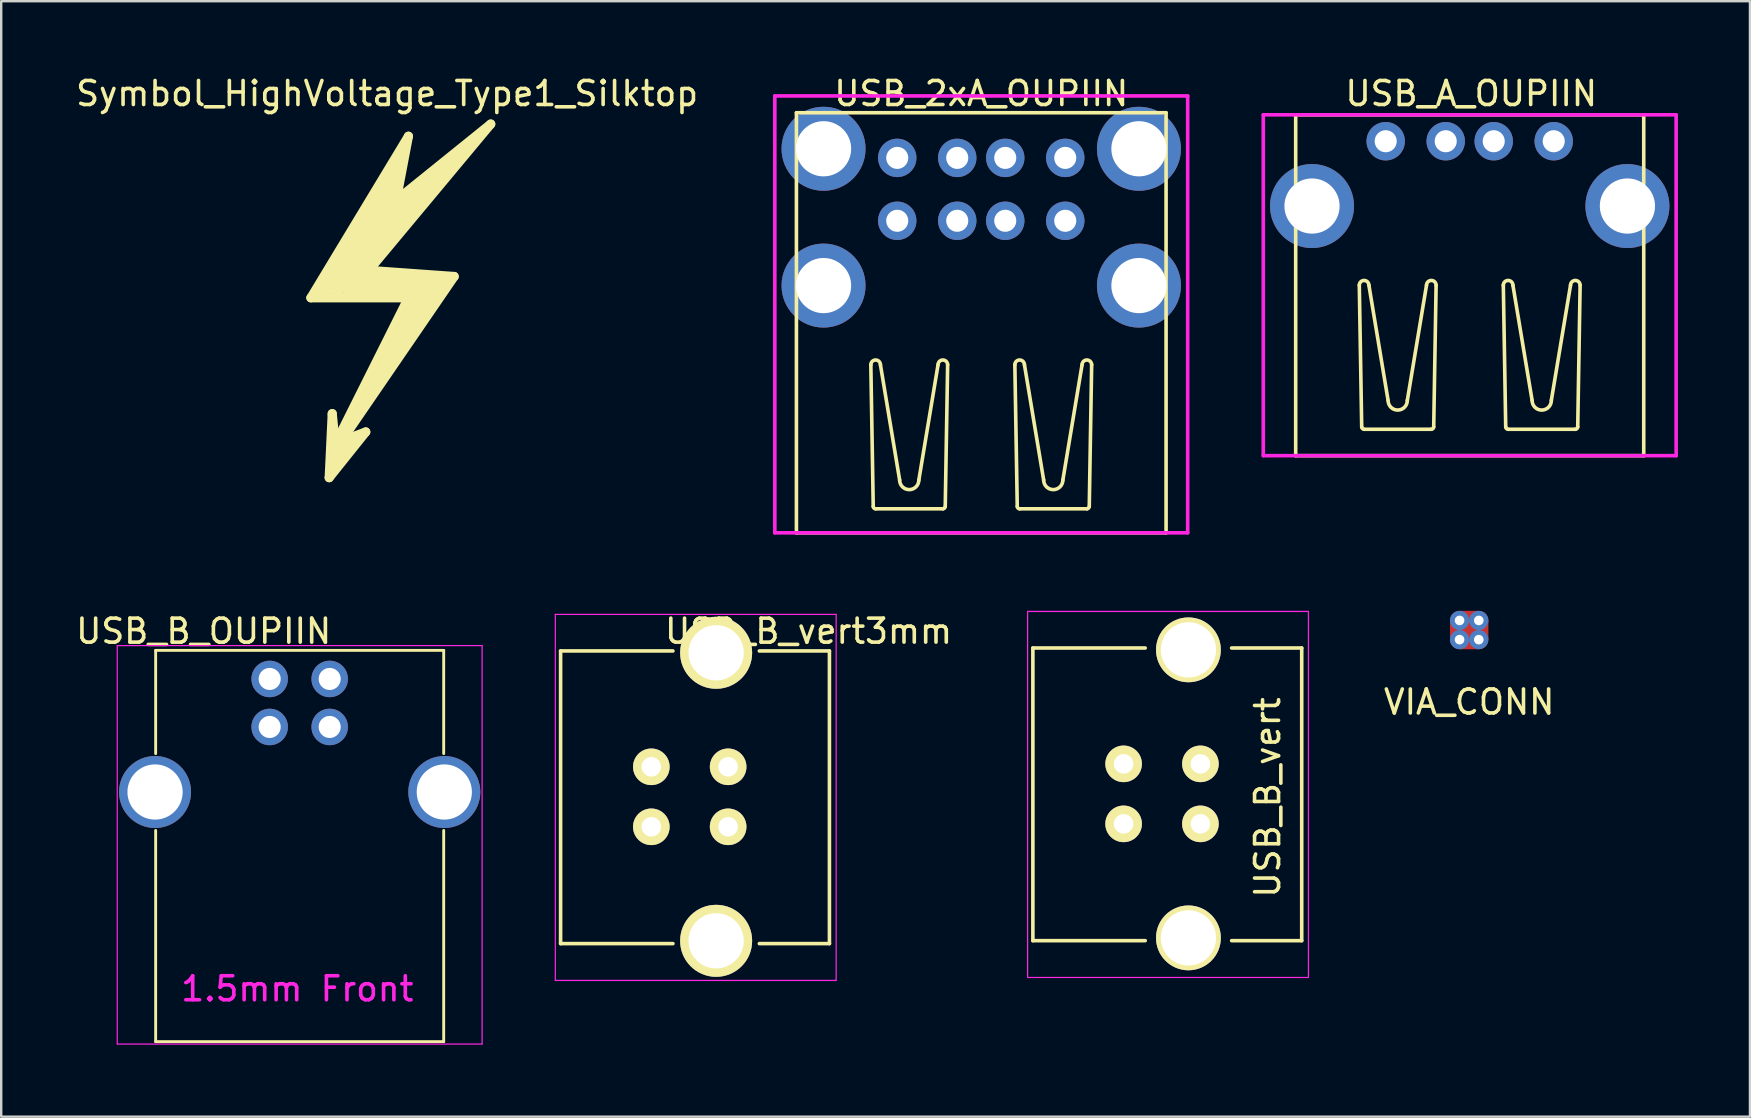
<source format=kicad_pcb>
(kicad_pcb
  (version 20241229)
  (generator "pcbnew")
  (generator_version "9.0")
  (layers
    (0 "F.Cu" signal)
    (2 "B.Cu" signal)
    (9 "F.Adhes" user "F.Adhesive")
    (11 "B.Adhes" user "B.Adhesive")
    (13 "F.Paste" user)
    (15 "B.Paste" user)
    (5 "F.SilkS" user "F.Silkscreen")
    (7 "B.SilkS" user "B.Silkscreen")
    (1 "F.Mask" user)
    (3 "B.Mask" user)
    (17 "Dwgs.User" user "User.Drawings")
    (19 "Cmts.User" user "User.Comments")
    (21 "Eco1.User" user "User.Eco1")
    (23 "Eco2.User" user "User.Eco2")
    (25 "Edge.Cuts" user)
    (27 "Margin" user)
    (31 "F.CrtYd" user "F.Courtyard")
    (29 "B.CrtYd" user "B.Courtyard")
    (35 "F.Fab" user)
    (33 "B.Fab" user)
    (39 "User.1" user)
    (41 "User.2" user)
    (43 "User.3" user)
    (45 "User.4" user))
  (footprint "USB_B_vert"
    (layer "F.Cu")
    (at 43.761 28.773)
    (property "Reference" "USB_B_vert" (at 6 1.4 90) (layer "F.SilkS") (effects (font (size 1 1) (thickness 0.15))))
    (attr through_hole)
    (fp_line (start -3.78 -4.826) (end 0.9 -4.826) (stroke (width 0.15) (type solid)) (layer "F.SilkS"))
    (fp_line (start -3.78 7.366) (end -3.78 -4.826) (stroke (width 0.15) (type solid)) (layer "F.SilkS"))
    (fp_line (start -3.78 7.366) (end 0.9 7.366) (stroke (width 0.15) (type solid)) (layer "F.SilkS"))
    (fp_line (start 4.5 -4.826) (end 7.42 -4.826) (stroke (width 0.15) (type solid)) (layer "F.SilkS"))
    (fp_line (start 4.5 7.366) (end 7.42 7.366) (stroke (width 0.15) (type solid)) (layer "F.SilkS"))
    (fp_line (start 7.42 -4.826) (end 7.42 7.366) (stroke (width 0.15) (type solid)) (layer "F.SilkS"))
    (fp_line (start -4 -6.35) (end 7.7 -6.35) (stroke (width 0.05) (type solid)) (layer "F.CrtYd"))
    (fp_line (start -4 8.9) (end -4 -6.35) (stroke (width 0.05) (type solid)) (layer "F.CrtYd"))
    (fp_line (start 7.7 -6.35) (end 7.7 8.9) (stroke (width 0.05) (type solid)) (layer "F.CrtYd"))
    (fp_line (start 7.7 8.9) (end -4 8.9) (stroke (width 0.05) (type solid)) (layer "F.CrtYd"))
    (pad "1" thru_hole circle (at 0 0 270) (size 1.524 1.524) (drill 0.813) (layers "*.Cu" "*.Mask" "F.SilkS"))
    (pad "2" thru_hole circle (at 0 2.5 270) (size 1.524 1.524) (drill 0.813) (layers "*.Cu" "*.Mask" "F.SilkS"))
    (pad "3" thru_hole circle (at 3.2 2.5 270) (size 1.524 1.524) (drill 0.813) (layers "*.Cu" "*.Mask" "F.SilkS"))
    (pad "4" thru_hole circle (at 3.2 0 270) (size 1.524 1.524) (drill 0.813) (layers "*.Cu" "*.Mask" "F.SilkS"))
    (pad "5" thru_hole circle (at 2.7 -4.75 270) (size 2.7 2.7) (drill 2.301) (layers "*.Cu" "*.Mask" "F.SilkS"))
    (pad "5" thru_hole circle (at 2.7 7.25 270) (size 2.7 2.7) (drill 2.301) (layers "*.Cu" "*.Mask" "F.SilkS")))
  (footprint "VIA_CONN"
    (layer "F.Cu")
    (at 58.158 23.198)
    (property "Reference" "VIA_CONN" (at 0 3 0) (layer "F.SilkS") (effects (font (size 1 1) (thickness 0.15))))
    (attr through_hole)
    (pad "" thru_hole circle (at -0.4 -0.4) (size 0.8 0.8) (drill 0.4) (layers "*.Cu" "*.Mask"))
    (pad "" thru_hole circle (at -0.4 0.4) (size 0.8 0.8) (drill 0.4) (layers "*.Cu" "*.Mask"))
    (pad "" smd rect (at 0 0) (size 0.8 1.6) (layers "F.Cu" "F.Mask" "F.Paste"))
    (pad "" smd rect (at 0 0 90) (size 0.8 1.6) (layers "F.Cu" "F.Mask" "F.Paste"))
    (pad "" thru_hole circle (at 0.4 -0.4) (size 0.8 0.8) (drill 0.4) (layers "*.Cu" "*.Mask"))
    (pad "" thru_hole circle (at 0.4 0.4) (size 0.8 0.8) (drill 0.4) (layers "*.Cu" "*.Mask")))
  (footprint "Symbol_HighVoltage_Type1_Silktop"
    (layer "F.Cu")
    (at 13.077 8.976)
    (property "Reference" "Symbol_HighVoltage_Type1_Silktop" (at 0 -8.128 0) (layer "F.SilkS") (effects (font (size 1 1) (thickness 0.15))))
    (attr through_hole)
    (fp_line (start -3.175 0.381) (end 0.889 0.381) (stroke (width 0.381) (type solid)) (layer "F.SilkS"))
    (fp_line (start -2.794 0.254) (end 0.381 -4.318) (stroke (width 0.381) (type solid)) (layer "F.SilkS"))
    (fp_line (start -2.413 0.127) (end 0.254 -3.556) (stroke (width 0.381) (type solid)) (layer "F.SilkS"))
    (fp_line (start -2.413 7.874) (end -0.889 5.969) (stroke (width 0.381) (type solid)) (layer "F.SilkS"))
    (fp_line (start -2.286 5.207) (end -2.413 7.874) (stroke (width 0.381) (type solid)) (layer "F.SilkS"))
    (fp_line (start -2.286 7.239) (end -1.905 6.35) (stroke (width 0.381) (type solid)) (layer "F.SilkS"))
    (fp_line (start -2.159 6.477) (end -2.286 5.207) (stroke (width 0.381) (type solid)) (layer "F.SilkS"))
    (fp_line (start -2.032 0.127) (end 2.667 -5.207) (stroke (width 0.381) (type solid)) (layer "F.SilkS"))
    (fp_line (start -1.905 6.096) (end -1.778 6.223) (stroke (width 0.381) (type solid)) (layer "F.SilkS"))
    (fp_line (start -1.905 6.35) (end -1.778 5.969) (stroke (width 0.381) (type solid)) (layer "F.SilkS"))
    (fp_line (start -1.905 6.35) (end 2.794 -0.508) (stroke (width 0.381) (type solid)) (layer "F.SilkS"))
    (fp_line (start -1.778 5.969) (end -1.905 6.096) (stroke (width 0.381) (type solid)) (layer "F.SilkS"))
    (fp_line (start -1.651 0.254) (end 2.032 0.127) (stroke (width 0.381) (type solid)) (layer "F.SilkS"))
    (fp_line (start -1.524 6.477) (end -2.286 7.239) (stroke (width 0.381) (type solid)) (layer "F.SilkS"))
    (fp_line (start -1.397 5.461) (end 1.397 0.127) (stroke (width 0.381) (type solid)) (layer "F.SilkS"))
    (fp_line (start -1.143 0) (end 1.905 -0.127) (stroke (width 0.381) (type solid)) (layer "F.SilkS"))
    (fp_line (start -1.016 -1.524) (end 1.524 -4.445) (stroke (width 0.381) (type solid)) (layer "F.SilkS"))
    (fp_line (start -1.016 -1.016) (end -0.762 -0.381) (stroke (width 0.381) (type solid)) (layer "F.SilkS"))
    (fp_line (start -1.016 -0.381) (end -1.143 0) (stroke (width 0.381) (type solid)) (layer "F.SilkS"))
    (fp_line (start -0.889 5.969) (end -1.905 6.35) (stroke (width 0.381) (type solid)) (layer "F.SilkS"))
    (fp_line (start -0.762 -0.762) (end 4.318 -6.858) (stroke (width 0.381) (type solid)) (layer "F.SilkS"))
    (fp_line (start 0.254 -3.556) (end -2.032 0.127) (stroke (width 0.381) (type solid)) (layer "F.SilkS"))
    (fp_line (start 0.381 -4.318) (end -2.413 0.127) (stroke (width 0.381) (type solid)) (layer "F.SilkS"))
    (fp_line (start 0.381 -3.683) (end 0.889 -6.35) (stroke (width 0.381) (type solid)) (layer "F.SilkS"))
    (fp_line (start 0.508 -5.588) (end 0.381 -4.953) (stroke (width 0.381) (type solid)) (layer "F.SilkS"))
    (fp_line (start 0.508 -5.08) (end -2.794 0.254) (stroke (width 0.381) (type solid)) (layer "F.SilkS"))
    (fp_line (start 0.889 -6.35) (end -3.175 0.381) (stroke (width 0.381) (type solid)) (layer "F.SilkS"))
    (fp_line (start 0.889 0.381) (end -2.159 6.477) (stroke (width 0.381) (type solid)) (layer "F.SilkS"))
    (fp_line (start 1.397 0.127) (end 2.032 0.127) (stroke (width 0.381) (type solid)) (layer "F.SilkS"))
    (fp_line (start 1.524 -4.445) (end -1.651 0.254) (stroke (width 0.381) (type solid)) (layer "F.SilkS"))
    (fp_line (start 1.905 -0.127) (end -1.397 5.461) (stroke (width 0.381) (type solid)) (layer "F.SilkS"))
    (fp_line (start 2.032 0.127) (end 0.762 2.159) (stroke (width 0.381) (type solid)) (layer "F.SilkS"))
    (fp_line (start 2.032 0.127) (end 2.413 -0.381) (stroke (width 0.381) (type solid)) (layer "F.SilkS"))
    (fp_line (start 2.413 -0.381) (end -1.016 -0.381) (stroke (width 0.381) (type solid)) (layer "F.SilkS"))
    (fp_line (start 2.667 -5.207) (end -1.016 -1.524) (stroke (width 0.381) (type solid)) (layer "F.SilkS"))
    (fp_line (start 2.794 -0.508) (end -0.762 -0.762) (stroke (width 0.381) (type solid)) (layer "F.SilkS"))
    (fp_line (start 3.048 -5.461) (end 0.127 -3.175) (stroke (width 0.381) (type solid)) (layer "F.SilkS"))
    (fp_line (start 4.318 -6.858) (end 0.381 -3.683) (stroke (width 0.381) (type solid)) (layer "F.SilkS")))
  (footprint "USB_B_OUPIIN"
    (layer "F.Cu")
    (at 9.435 38.846)
    (property "Reference" "USB_B_OUPIIN" (at -4 -15.6 0) (layer "F.SilkS") (effects (font (size 1 1) (thickness 0.15))))
    (attr through_hole)
    (fp_line (start -6 -14.8) (end -6 -10.5) (stroke (width 0.12) (type solid)) (layer "F.SilkS"))
    (fp_line (start -6 -14.8) (end 6 -14.8) (stroke (width 0.12) (type solid)) (layer "F.SilkS"))
    (fp_line (start -6 -7.3) (end -6 1.5) (stroke (width 0.12) (type solid)) (layer "F.SilkS"))
    (fp_line (start 6 -14.8) (end 6 -10.5) (stroke (width 0.12) (type solid)) (layer "F.SilkS"))
    (fp_line (start 6 -7.3) (end 6 1.5) (stroke (width 0.12) (type solid)) (layer "F.SilkS"))
    (fp_line (start 6 1.5) (end -6 1.5) (stroke (width 0.12) (type solid)) (layer "F.SilkS"))
    (fp_line (start -7.6 -15) (end 7.6 -15) (stroke (width 0.05) (type solid)) (layer "F.CrtYd"))
    (fp_line (start -7.6 1.6) (end -7.6 -15) (stroke (width 0.05) (type solid)) (layer "F.CrtYd"))
    (fp_line (start 7.6 -15) (end 7.6 1.6) (stroke (width 0.05) (type solid)) (layer "F.CrtYd"))
    (fp_line (start 7.6 1.6) (end -7.6 1.6) (stroke (width 0.05) (type solid)) (layer "F.CrtYd"))
    (fp_text user "1.5mm Front" (at -0.1 -0.7 0) (layer "F.CrtYd") (effects (font (size 1 1) (thickness 0.15))))
    (pad "1" thru_hole circle (at 1.25 -13.61 180) (size 1.52 1.52) (drill 0.92) (layers "*.Cu" "*.Mask"))
    (pad "2" thru_hole circle (at -1.25 -13.61 180) (size 1.52 1.52) (drill 0.92) (layers "*.Cu" "*.Mask"))
    (pad "3" thru_hole circle (at -1.25 -11.61 180) (size 1.52 1.52) (drill 0.92) (layers "*.Cu" "*.Mask"))
    (pad "4" thru_hole circle (at 1.25 -11.61 180) (size 1.52 1.52) (drill 0.92) (layers "*.Cu" "*.Mask"))
    (pad "5" thru_hole circle (at -6.025 -8.9 180) (size 3 3) (drill 2.3) (layers "*.Cu" "*.Mask"))
    (pad "6" thru_hole circle (at 6.025 -8.9 180) (size 3 3) (drill 2.3) (layers "*.Cu" "*.Mask")))
  (footprint "USB_2xA_OUPIIN"
    (layer "F.Cu")
    (at 37.83 19.148)
    (property "Reference" "USB_2xA_OUPIIN" (at 0 -18.3 0) (layer "F.SilkS") (effects (font (size 1 1) (thickness 0.15))))
    (attr through_hole)
    (fp_line (start -7.7 -17.5) (end 7.7 -17.5) (stroke (width 0.15) (type solid)) (layer "F.SilkS"))
    (fp_line (start -7.7 0) (end -7.7 -17.5) (stroke (width 0.15) (type solid)) (layer "F.SilkS"))
    (fp_line (start -4.5 -1.1) (end -4.6 -7) (stroke (width 0.15) (type solid)) (layer "F.SilkS"))
    (fp_line (start -4.2 -7) (end -3.4 -2.2) (stroke (width 0.15) (type solid)) (layer "F.SilkS"))
    (fp_line (start -2.6 -2.2) (end -1.8 -7) (stroke (width 0.15) (type solid)) (layer "F.SilkS"))
    (fp_line (start -1.6 -1) (end -4.4 -1) (stroke (width 0.15) (type solid)) (layer "F.SilkS"))
    (fp_line (start -1.4 -7) (end -1.5 -1.1) (stroke (width 0.15) (type solid)) (layer "F.SilkS"))
    (fp_line (start 1.5 -1.1) (end 1.4 -7) (stroke (width 0.15) (type solid)) (layer "F.SilkS"))
    (fp_line (start 1.8 -7) (end 2.6 -2.2) (stroke (width 0.15) (type solid)) (layer "F.SilkS"))
    (fp_line (start 3.4 -2.2) (end 4.2 -7) (stroke (width 0.15) (type solid)) (layer "F.SilkS"))
    (fp_line (start 4.4 -1) (end 1.6 -1) (stroke (width 0.15) (type solid)) (layer "F.SilkS"))
    (fp_line (start 4.6 -7) (end 4.5 -1.1) (stroke (width 0.15) (type solid)) (layer "F.SilkS"))
    (fp_line (start 7.7 -17.5) (end 7.7 0) (stroke (width 0.15) (type solid)) (layer "F.SilkS"))
    (fp_line (start 7.7 0) (end -7.7 0) (stroke (width 0.15) (type solid)) (layer "F.SilkS"))
    (fp_arc (start -4.6 -7) (mid -4.4 -7.2) (end -4.2 -7) (stroke (width 0.15) (type solid)) (layer "F.SilkS"))
    (fp_arc (start -4.4 -1) (mid -4.470711 -1.029289) (end -4.5 -1.1) (stroke (width 0.15) (type solid)) (layer "F.SilkS"))
    (fp_arc (start -2.6 -2.2) (mid -3 -1.8) (end -3.4 -2.2) (stroke (width 0.15) (type solid)) (layer "F.SilkS"))
    (fp_arc (start -1.8 -7) (mid -1.6 -7.2) (end -1.4 -7) (stroke (width 0.15) (type solid)) (layer "F.SilkS"))
    (fp_arc (start -1.5 -1.1) (mid -1.529289 -1.029289) (end -1.6 -1) (stroke (width 0.15) (type solid)) (layer "F.SilkS"))
    (fp_arc (start 1.4 -7) (mid 1.6 -7.2) (end 1.8 -7) (stroke (width 0.15) (type solid)) (layer "F.SilkS"))
    (fp_arc (start 1.6 -1) (mid 1.529289 -1.029289) (end 1.5 -1.1) (stroke (width 0.15) (type solid)) (layer "F.SilkS"))
    (fp_arc (start 3.4 -2.2) (mid 3 -1.8) (end 2.6 -2.2) (stroke (width 0.15) (type solid)) (layer "F.SilkS"))
    (fp_arc (start 4.2 -7) (mid 4.4 -7.2) (end 4.6 -7) (stroke (width 0.15) (type solid)) (layer "F.SilkS"))
    (fp_arc (start 4.5 -1.1) (mid 4.470711 -1.029289) (end 4.4 -1) (stroke (width 0.15) (type solid)) (layer "F.SilkS"))
    (fp_line (start -8.6 -18.2) (end -8.6 0) (stroke (width 0.15) (type solid)) (layer "F.CrtYd"))
    (fp_line (start -8.6 0) (end 8.6 0) (stroke (width 0.15) (type solid)) (layer "F.CrtYd"))
    (fp_line (start 8.6 -18.2) (end -8.6 -18.2) (stroke (width 0.15) (type solid)) (layer "F.CrtYd"))
    (fp_line (start 8.6 0) (end 8.6 -18.2) (stroke (width 0.15) (type solid)) (layer "F.CrtYd"))
    (pad "1" thru_hole circle (at -3.5 -13) (size 1.6 1.6) (drill 0.92) (layers "*.Cu" "*.Mask"))
    (pad "2" thru_hole circle (at -1 -13) (size 1.6 1.6) (drill 0.92) (layers "*.Cu" "*.Mask"))
    (pad "3" thru_hole circle (at 1 -13) (size 1.6 1.6) (drill 0.92) (layers "*.Cu" "*.Mask"))
    (pad "4" thru_hole circle (at 3.5 -13) (size 1.6 1.6) (drill 0.92) (layers "*.Cu" "*.Mask"))
    (pad "5" thru_hole circle (at -3.5 -15.62) (size 1.6 1.6) (drill 0.92) (layers "*.Cu" "*.Mask"))
    (pad "6" thru_hole circle (at -1 -15.62) (size 1.6 1.6) (drill 0.92) (layers "*.Cu" "*.Mask"))
    (pad "7" thru_hole circle (at 1 -15.62) (size 1.6 1.6) (drill 0.92) (layers "*.Cu" "*.Mask"))
    (pad "8" thru_hole circle (at 3.5 -15.62) (size 1.6 1.6) (drill 0.92) (layers "*.Cu" "*.Mask"))
    (pad "9" thru_hole circle (at -6.57 -10.3) (size 3.5 3.5) (drill 2.3) (layers "*.Cu" "*.Mask"))
    (pad "10" thru_hole circle (at -6.57 -16) (size 3.5 3.5) (drill 2.3) (layers "*.Cu" "*.Mask"))
    (pad "11" thru_hole circle (at 6.57 -10.3) (size 3.5 3.5) (drill 2.3) (layers "*.Cu" "*.Mask"))
    (pad "12" thru_hole circle (at 6.57 -16) (size 3.5 3.5) (drill 2.3) (layers "*.Cu" "*.Mask")))
  (footprint "USB_A_OUPIIN"
    (layer "F.Cu")
    (at 58.18 15.934)
    (property "Reference" "USB_A_OUPIIN" (at 0.064 -15.086 0) (layer "F.SilkS") (effects (font (size 1 1) (thickness 0.15))))
    (attr through_hole)
    (fp_line (start -7.25 -14.2) (end 7.25 -14.2) (stroke (width 0.15) (type solid)) (layer "F.SilkS"))
    (fp_line (start -7.25 0) (end -7.25 -14.2) (stroke (width 0.15) (type solid)) (layer "F.SilkS"))
    (fp_line (start -4.5 -1.2) (end -4.6 -7.1) (stroke (width 0.15) (type solid)) (layer "F.SilkS"))
    (fp_line (start -4.2 -7.1) (end -3.4 -2.3) (stroke (width 0.15) (type solid)) (layer "F.SilkS"))
    (fp_line (start -2.6 -2.3) (end -1.8 -7.1) (stroke (width 0.15) (type solid)) (layer "F.SilkS"))
    (fp_line (start -1.6 -1.1) (end -4.4 -1.1) (stroke (width 0.15) (type solid)) (layer "F.SilkS"))
    (fp_line (start -1.4 -7.1) (end -1.5 -1.2) (stroke (width 0.15) (type solid)) (layer "F.SilkS"))
    (fp_line (start 1.5 -1.2) (end 1.4 -7.1) (stroke (width 0.15) (type solid)) (layer "F.SilkS"))
    (fp_line (start 1.8 -7.1) (end 2.6 -2.3) (stroke (width 0.15) (type solid)) (layer "F.SilkS"))
    (fp_line (start 3.4 -2.3) (end 4.2 -7.1) (stroke (width 0.15) (type solid)) (layer "F.SilkS"))
    (fp_line (start 4.4 -1.1) (end 1.6 -1.1) (stroke (width 0.15) (type solid)) (layer "F.SilkS"))
    (fp_line (start 4.6 -7.1) (end 4.5 -1.2) (stroke (width 0.15) (type solid)) (layer "F.SilkS"))
    (fp_line (start 7.25 -14.2) (end 7.25 0) (stroke (width 0.15) (type solid)) (layer "F.SilkS"))
    (fp_line (start 7.25 0) (end -7.25 0) (stroke (width 0.15) (type solid)) (layer "F.SilkS"))
    (fp_arc (start -4.6 -7.1) (mid -4.4 -7.3) (end -4.2 -7.1) (stroke (width 0.15) (type solid)) (layer "F.SilkS"))
    (fp_arc (start -4.4 -1.1) (mid -4.470711 -1.129289) (end -4.5 -1.2) (stroke (width 0.15) (type solid)) (layer "F.SilkS"))
    (fp_arc (start -2.6 -2.3) (mid -3 -1.9) (end -3.4 -2.3) (stroke (width 0.15) (type solid)) (layer "F.SilkS"))
    (fp_arc (start -1.8 -7.1) (mid -1.6 -7.3) (end -1.4 -7.1) (stroke (width 0.15) (type solid)) (layer "F.SilkS"))
    (fp_arc (start -1.5 -1.2) (mid -1.529289 -1.129289) (end -1.6 -1.1) (stroke (width 0.15) (type solid)) (layer "F.SilkS"))
    (fp_arc (start 1.4 -7.1) (mid 1.6 -7.3) (end 1.8 -7.1) (stroke (width 0.15) (type solid)) (layer "F.SilkS"))
    (fp_arc (start 1.6 -1.1) (mid 1.529289 -1.129289) (end 1.5 -1.2) (stroke (width 0.15) (type solid)) (layer "F.SilkS"))
    (fp_arc (start 3.4 -2.3) (mid 3 -1.9) (end 2.6 -2.3) (stroke (width 0.15) (type solid)) (layer "F.SilkS"))
    (fp_arc (start 4.2 -7.1) (mid 4.4 -7.3) (end 4.6 -7.1) (stroke (width 0.15) (type solid)) (layer "F.SilkS"))
    (fp_arc (start 4.5 -1.2) (mid 4.470711 -1.129289) (end 4.4 -1.1) (stroke (width 0.15) (type solid)) (layer "F.SilkS"))
    (fp_line (start -8.6 -14.2) (end -8.6 0) (stroke (width 0.15) (type solid)) (layer "F.CrtYd"))
    (fp_line (start -8.6 0) (end 8.6 0) (stroke (width 0.15) (type solid)) (layer "F.CrtYd"))
    (fp_line (start 8.6 -14.2) (end -8.6 -14.2) (stroke (width 0.15) (type solid)) (layer "F.CrtYd"))
    (fp_line (start 8.6 0) (end 8.6 -14.2) (stroke (width 0.15) (type solid)) (layer "F.CrtYd"))
    (pad "1" thru_hole circle (at -3.5 -13.1) (size 1.6 1.6) (drill 0.92) (layers "*.Cu" "*.Mask"))
    (pad "2" thru_hole circle (at -1 -13.1) (size 1.6 1.6) (drill 0.92) (layers "*.Cu" "*.Mask"))
    (pad "3" thru_hole circle (at 1 -13.1) (size 1.6 1.6) (drill 0.92) (layers "*.Cu" "*.Mask"))
    (pad "4" thru_hole circle (at 3.5 -13.1) (size 1.6 1.6) (drill 0.92) (layers "*.Cu" "*.Mask"))
    (pad "9" thru_hole circle (at -6.57 -10.4) (size 3.5 3.5) (drill 2.3) (layers "*.Cu" "*.Mask"))
    (pad "10" thru_hole circle (at 6.57 -10.4) (size 3.5 3.5) (drill 2.3) (layers "*.Cu" "*.Mask")))
  (footprint "USB_B_vert3mm"
    (layer "F.Cu")
    (at 24.085 28.896)
    (property "Reference" "USB_B_vert3mm" (at 6.55 -5.65 180) (layer "F.SilkS") (effects (font (size 1 1) (thickness 0.15))))
    (attr through_hole)
    (fp_line (start -3.78 -4.826) (end 0.9 -4.826) (stroke (width 0.15) (type solid)) (layer "F.SilkS"))
    (fp_line (start -3.78 7.366) (end -3.78 -4.826) (stroke (width 0.15) (type solid)) (layer "F.SilkS"))
    (fp_line (start -3.78 7.366) (end 0.9 7.366) (stroke (width 0.15) (type solid)) (layer "F.SilkS"))
    (fp_line (start 4.5 -4.826) (end 7.42 -4.826) (stroke (width 0.15) (type solid)) (layer "F.SilkS"))
    (fp_line (start 4.5 7.366) (end 7.42 7.366) (stroke (width 0.15) (type solid)) (layer "F.SilkS"))
    (fp_line (start 7.42 -4.826) (end 7.42 7.366) (stroke (width 0.15) (type solid)) (layer "F.SilkS"))
    (fp_line (start -4 -6.35) (end 7.7 -6.35) (stroke (width 0.05) (type solid)) (layer "F.CrtYd"))
    (fp_line (start -4 8.9) (end -4 -6.35) (stroke (width 0.05) (type solid)) (layer "F.CrtYd"))
    (fp_line (start 7.7 -6.35) (end 7.7 8.9) (stroke (width 0.05) (type solid)) (layer "F.CrtYd"))
    (fp_line (start 7.7 8.9) (end -4 8.9) (stroke (width 0.05) (type solid)) (layer "F.CrtYd"))
    (pad "1" thru_hole circle (at 0 0 270) (size 1.524 1.524) (drill 0.813) (layers "*.Cu" "*.Mask" "F.SilkS"))
    (pad "2" thru_hole circle (at 0 2.5 270) (size 1.524 1.524) (drill 0.813) (layers "*.Cu" "*.Mask" "F.SilkS"))
    (pad "3" thru_hole circle (at 3.2 2.5 270) (size 1.524 1.524) (drill 0.813) (layers "*.Cu" "*.Mask" "F.SilkS"))
    (pad "4" thru_hole circle (at 3.2 0 270) (size 1.524 1.524) (drill 0.813) (layers "*.Cu" "*.Mask" "F.SilkS"))
    (pad "5" thru_hole circle (at 2.7 -4.75 270) (size 3 3) (drill 2.301) (layers "*.Cu" "*.Mask" "F.SilkS"))
    (pad "5" thru_hole circle (at 2.7 7.25 270) (size 3 3) (drill 2.301) (layers "*.Cu" "*.Mask" "F.SilkS")))
  (gr_rect
    (start -3 -3)
    (end 69.855 43.471)
    (stroke (width 0.1) (type default))
    (fill no)
    (layer "Edge.Cuts")))
</source>
